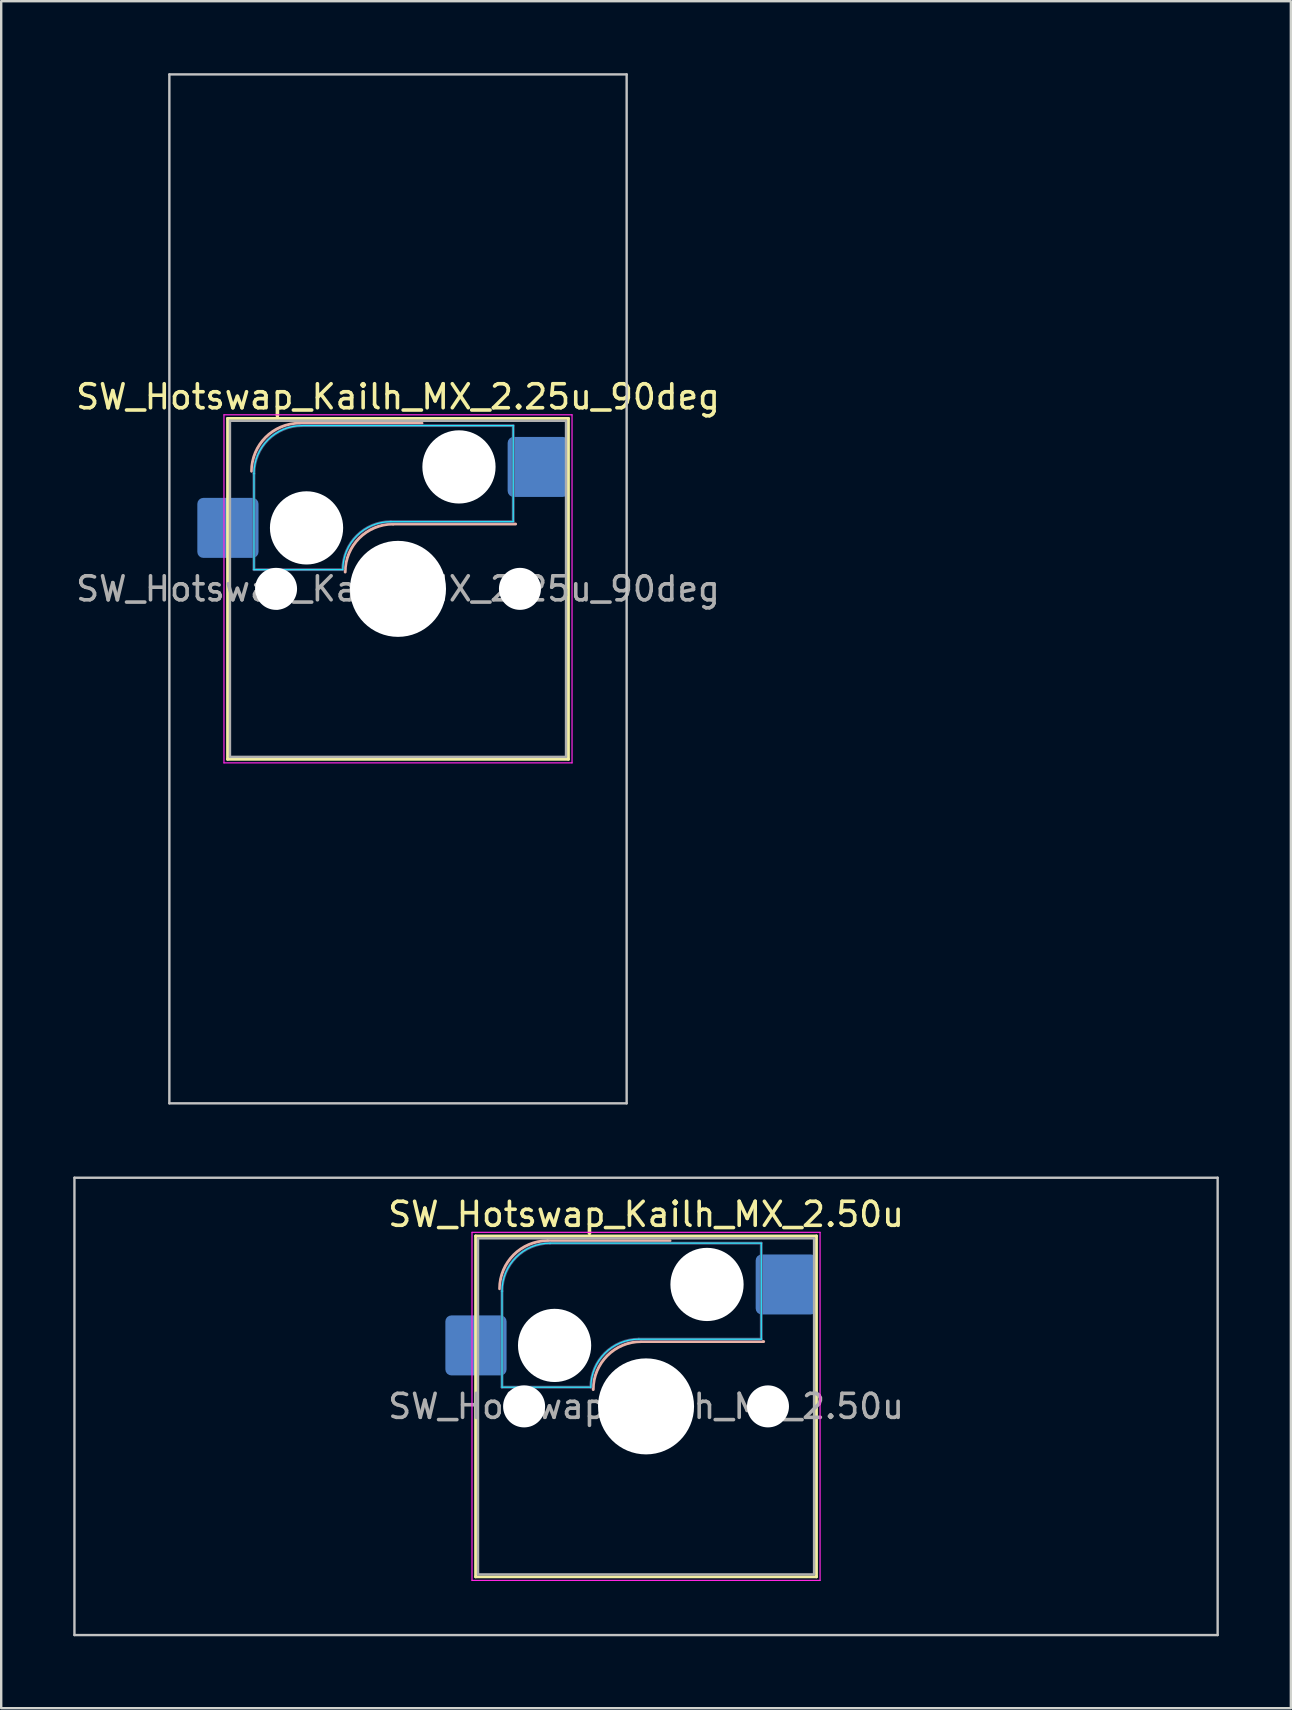
<source format=kicad_pcb>
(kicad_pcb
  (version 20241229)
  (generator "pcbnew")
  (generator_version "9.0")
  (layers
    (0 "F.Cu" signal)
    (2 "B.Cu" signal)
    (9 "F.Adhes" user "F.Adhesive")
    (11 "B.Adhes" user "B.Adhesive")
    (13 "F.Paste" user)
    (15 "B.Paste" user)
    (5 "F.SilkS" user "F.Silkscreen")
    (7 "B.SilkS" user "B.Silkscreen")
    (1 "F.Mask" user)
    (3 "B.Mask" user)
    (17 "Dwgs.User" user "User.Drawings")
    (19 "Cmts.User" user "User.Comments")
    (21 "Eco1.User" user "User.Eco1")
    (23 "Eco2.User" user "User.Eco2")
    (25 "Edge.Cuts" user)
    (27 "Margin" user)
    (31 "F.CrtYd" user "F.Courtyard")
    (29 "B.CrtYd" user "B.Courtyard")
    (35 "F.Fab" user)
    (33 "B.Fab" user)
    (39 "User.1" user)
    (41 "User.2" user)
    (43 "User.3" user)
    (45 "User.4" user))
  (footprint "SW_Hotswap_Kailh_MX_2.50u"
    (layer "F.Cu")
    (at 23.863 55.538)
    (property "Reference" "SW_Hotswap_Kailh_MX_2.50u" (at 0 -8 0) (layer "F.SilkS") (effects (font (size 1 1) (thickness 0.15))))
    (attr smd)
    (fp_line (start -7.1 -7.1) (end -7.1 7.1) (stroke (width 0.12) (type solid)) (layer "F.SilkS"))
    (fp_line (start -7.1 7.1) (end 7.1 7.1) (stroke (width 0.12) (type solid)) (layer "F.SilkS"))
    (fp_line (start 7.1 -7.1) (end -7.1 -7.1) (stroke (width 0.12) (type solid)) (layer "F.SilkS"))
    (fp_line (start 7.1 7.1) (end 7.1 -7.1) (stroke (width 0.12) (type solid)) (layer "F.SilkS"))
    (fp_line (start -4.1 -6.9) (end 1 -6.9) (stroke (width 0.12) (type solid)) (layer "B.SilkS"))
    (fp_line (start -0.2 -2.7) (end 4.9 -2.7) (stroke (width 0.12) (type solid)) (layer "B.SilkS"))
    (fp_arc (start -6.1 -4.9) (mid -5.514214 -6.314214) (end -4.1 -6.9) (stroke (width 0.12) (type solid)) (layer "B.SilkS"))
    (fp_arc (start -2.2 -0.7) (mid -1.614214 -2.114214) (end -0.2 -2.7) (stroke (width 0.12) (type solid)) (layer "B.SilkS"))
    (fp_line (start -23.812 -9.525) (end -23.812 9.525) (stroke (width 0.1) (type solid)) (layer "Dwgs.User"))
    (fp_line (start -23.812 9.525) (end 23.812 9.525) (stroke (width 0.1) (type solid)) (layer "Dwgs.User"))
    (fp_line (start 23.812 -9.525) (end -23.812 -9.525) (stroke (width 0.1) (type solid)) (layer "Dwgs.User"))
    (fp_line (start 23.812 9.525) (end 23.812 -9.525) (stroke (width 0.1) (type solid)) (layer "Dwgs.User"))
    (fp_line (start -7.8 -6) (end -7 -6) (stroke (width 0.1) (type solid)) (layer "Eco1.User"))
    (fp_line (start -7.8 -2.9) (end -7.8 -6) (stroke (width 0.1) (type solid)) (layer "Eco1.User"))
    (fp_line (start -7.8 2.9) (end -7 2.9) (stroke (width 0.1) (type solid)) (layer "Eco1.User"))
    (fp_line (start -7.8 6) (end -7.8 2.9) (stroke (width 0.1) (type solid)) (layer "Eco1.User"))
    (fp_line (start -7 -7) (end 7 -7) (stroke (width 0.1) (type solid)) (layer "Eco1.User"))
    (fp_line (start -7 -6) (end -7 -7) (stroke (width 0.1) (type solid)) (layer "Eco1.User"))
    (fp_line (start -7 -2.9) (end -7.8 -2.9) (stroke (width 0.1) (type solid)) (layer "Eco1.User"))
    (fp_line (start -7 2.9) (end -7 -2.9) (stroke (width 0.1) (type solid)) (layer "Eco1.User"))
    (fp_line (start -7 6) (end -7.8 6) (stroke (width 0.1) (type solid)) (layer "Eco1.User"))
    (fp_line (start -7 7) (end -7 6) (stroke (width 0.1) (type solid)) (layer "Eco1.User"))
    (fp_line (start 7 -7) (end 7 -6) (stroke (width 0.1) (type solid)) (layer "Eco1.User"))
    (fp_line (start 7 -6) (end 7.8 -6) (stroke (width 0.1) (type solid)) (layer "Eco1.User"))
    (fp_line (start 7 -2.9) (end 7 2.9) (stroke (width 0.1) (type solid)) (layer "Eco1.User"))
    (fp_line (start 7 2.9) (end 7.8 2.9) (stroke (width 0.1) (type solid)) (layer "Eco1.User"))
    (fp_line (start 7 6) (end 7 7) (stroke (width 0.1) (type solid)) (layer "Eco1.User"))
    (fp_line (start 7 7) (end -7 7) (stroke (width 0.1) (type solid)) (layer "Eco1.User"))
    (fp_line (start 7.8 -6) (end 7.8 -2.9) (stroke (width 0.1) (type solid)) (layer "Eco1.User"))
    (fp_line (start 7.8 -2.9) (end 7 -2.9) (stroke (width 0.1) (type solid)) (layer "Eco1.User"))
    (fp_line (start 7.8 2.9) (end 7.8 6) (stroke (width 0.1) (type solid)) (layer "Eco1.User"))
    (fp_line (start 7.8 6) (end 7 6) (stroke (width 0.1) (type solid)) (layer "Eco1.User"))
    (fp_line (start -6 -0.8) (end -6 -4.8) (stroke (width 0.05) (type solid)) (layer "B.CrtYd"))
    (fp_line (start -6 -0.8) (end -2.3 -0.8) (stroke (width 0.05) (type solid)) (layer "B.CrtYd"))
    (fp_line (start -4 -6.8) (end 4.8 -6.8) (stroke (width 0.05) (type solid)) (layer "B.CrtYd"))
    (fp_line (start -0.3 -2.8) (end 4.8 -2.8) (stroke (width 0.05) (type solid)) (layer "B.CrtYd"))
    (fp_line (start 4.8 -6.8) (end 4.8 -2.8) (stroke (width 0.05) (type solid)) (layer "B.CrtYd"))
    (fp_arc (start -6 -4.8) (mid -5.414214 -6.214214) (end -4 -6.8) (stroke (width 0.05) (type solid)) (layer "B.CrtYd"))
    (fp_arc (start -2.3 -0.8) (mid -1.714214 -2.214214) (end -0.3 -2.8) (stroke (width 0.05) (type solid)) (layer "B.CrtYd"))
    (fp_line (start -7.25 -7.25) (end -7.25 7.25) (stroke (width 0.05) (type solid)) (layer "F.CrtYd"))
    (fp_line (start -7.25 7.25) (end 7.25 7.25) (stroke (width 0.05) (type solid)) (layer "F.CrtYd"))
    (fp_line (start 7.25 -7.25) (end -7.25 -7.25) (stroke (width 0.05) (type solid)) (layer "F.CrtYd"))
    (fp_line (start 7.25 7.25) (end 7.25 -7.25) (stroke (width 0.05) (type solid)) (layer "F.CrtYd"))
    (fp_line (start -6 -0.8) (end -6 -4.8) (stroke (width 0.12) (type solid)) (layer "B.Fab"))
    (fp_line (start -6 -0.8) (end -2.3 -0.8) (stroke (width 0.12) (type solid)) (layer "B.Fab"))
    (fp_line (start -4 -6.8) (end 4.8 -6.8) (stroke (width 0.12) (type solid)) (layer "B.Fab"))
    (fp_line (start -0.3 -2.8) (end 4.8 -2.8) (stroke (width 0.12) (type solid)) (layer "B.Fab"))
    (fp_line (start 4.8 -6.8) (end 4.8 -2.8) (stroke (width 0.12) (type solid)) (layer "B.Fab"))
    (fp_arc (start -6 -4.8) (mid -5.414214 -6.214214) (end -4 -6.8) (stroke (width 0.12) (type solid)) (layer "B.Fab"))
    (fp_arc (start -2.3 -0.8) (mid -1.714214 -2.214214) (end -0.3 -2.8) (stroke (width 0.12) (type solid)) (layer "B.Fab"))
    (fp_line (start -7 -7) (end -7 7) (stroke (width 0.1) (type solid)) (layer "F.Fab"))
    (fp_line (start -7 7) (end 7 7) (stroke (width 0.1) (type solid)) (layer "F.Fab"))
    (fp_line (start 7 -7) (end -7 -7) (stroke (width 0.1) (type solid)) (layer "F.Fab"))
    (fp_line (start 7 7) (end 7 -7) (stroke (width 0.1) (type solid)) (layer "F.Fab"))
    (fp_text user "${REFERENCE}" (at 0 0 0) (layer "F.Fab") (effects (font (size 1 1) (thickness 0.15))))
    (pad "" np_thru_hole circle (at -5.08 0) (size 1.75 1.75) (drill 1.75) (layers "*.Cu" "*.Mask"))
    (pad "" np_thru_hole circle (at -3.81 -2.54) (size 3.05 3.05) (drill 3.05) (layers "*.Cu" "*.Mask"))
    (pad "" np_thru_hole circle (at 0 0) (size 4 4) (drill 4) (layers "*.Cu" "*.Mask"))
    (pad "" np_thru_hole circle (at 2.54 -5.08) (size 3.05 3.05) (drill 3.05) (layers "*.Cu" "*.Mask"))
    (pad "" np_thru_hole circle (at 5.08 0) (size 1.75 1.75) (drill 1.75) (layers "*.Cu" "*.Mask"))
    (pad "1" smd roundrect (at -7.085 -2.54) (size 2.55 2.5) (layers "B.Cu" "B.Mask" "B.Paste") (roundrect_rratio 0.1))
    (pad "2" smd roundrect (at 5.842 -5.08) (size 2.55 2.5) (layers "B.Cu" "B.Mask" "B.Paste") (roundrect_rratio 0.1)))
  (footprint "SW_Hotswap_Kailh_MX_2.25u_90deg"
    (layer "F.Cu")
    (at 13.53 21.481)
    (property "Reference" "SW_Hotswap_Kailh_MX_2.25u_90deg" (at 0 -8 0) (layer "F.SilkS") (effects (font (size 1 1) (thickness 0.15))))
    (attr smd)
    (fp_line (start -7.1 -7.1) (end -7.1 7.1) (stroke (width 0.12) (type solid)) (layer "F.SilkS"))
    (fp_line (start -7.1 7.1) (end 7.1 7.1) (stroke (width 0.12) (type solid)) (layer "F.SilkS"))
    (fp_line (start 7.1 -7.1) (end -7.1 -7.1) (stroke (width 0.12) (type solid)) (layer "F.SilkS"))
    (fp_line (start 7.1 7.1) (end 7.1 -7.1) (stroke (width 0.12) (type solid)) (layer "F.SilkS"))
    (fp_line (start -4.1 -6.9) (end 1 -6.9) (stroke (width 0.12) (type solid)) (layer "B.SilkS"))
    (fp_line (start -0.2 -2.7) (end 4.9 -2.7) (stroke (width 0.12) (type solid)) (layer "B.SilkS"))
    (fp_arc (start -6.1 -4.9) (mid -5.514214 -6.314214) (end -4.1 -6.9) (stroke (width 0.12) (type solid)) (layer "B.SilkS"))
    (fp_arc (start -2.2 -0.7) (mid -1.614214 -2.114214) (end -0.2 -2.7) (stroke (width 0.12) (type solid)) (layer "B.SilkS"))
    (fp_line (start -9.525 -21.431) (end 9.525 -21.431) (stroke (width 0.1) (type solid)) (layer "Dwgs.User"))
    (fp_line (start -9.525 21.431) (end -9.525 -21.431) (stroke (width 0.1) (type solid)) (layer "Dwgs.User"))
    (fp_line (start 9.525 -21.431) (end 9.525 21.431) (stroke (width 0.1) (type solid)) (layer "Dwgs.User"))
    (fp_line (start 9.525 21.431) (end -9.525 21.431) (stroke (width 0.1) (type solid)) (layer "Dwgs.User"))
    (fp_line (start -7.8 -6) (end -7 -6) (stroke (width 0.1) (type solid)) (layer "Eco1.User"))
    (fp_line (start -7.8 -2.9) (end -7.8 -6) (stroke (width 0.1) (type solid)) (layer "Eco1.User"))
    (fp_line (start -7.8 2.9) (end -7 2.9) (stroke (width 0.1) (type solid)) (layer "Eco1.User"))
    (fp_line (start -7.8 6) (end -7.8 2.9) (stroke (width 0.1) (type solid)) (layer "Eco1.User"))
    (fp_line (start -7 -7) (end 7 -7) (stroke (width 0.1) (type solid)) (layer "Eco1.User"))
    (fp_line (start -7 -6) (end -7 -7) (stroke (width 0.1) (type solid)) (layer "Eco1.User"))
    (fp_line (start -7 -2.9) (end -7.8 -2.9) (stroke (width 0.1) (type solid)) (layer "Eco1.User"))
    (fp_line (start -7 2.9) (end -7 -2.9) (stroke (width 0.1) (type solid)) (layer "Eco1.User"))
    (fp_line (start -7 6) (end -7.8 6) (stroke (width 0.1) (type solid)) (layer "Eco1.User"))
    (fp_line (start -7 7) (end -7 6) (stroke (width 0.1) (type solid)) (layer "Eco1.User"))
    (fp_line (start 7 -7) (end 7 -6) (stroke (width 0.1) (type solid)) (layer "Eco1.User"))
    (fp_line (start 7 -6) (end 7.8 -6) (stroke (width 0.1) (type solid)) (layer "Eco1.User"))
    (fp_line (start 7 -2.9) (end 7 2.9) (stroke (width 0.1) (type solid)) (layer "Eco1.User"))
    (fp_line (start 7 2.9) (end 7.8 2.9) (stroke (width 0.1) (type solid)) (layer "Eco1.User"))
    (fp_line (start 7 6) (end 7 7) (stroke (width 0.1) (type solid)) (layer "Eco1.User"))
    (fp_line (start 7 7) (end -7 7) (stroke (width 0.1) (type solid)) (layer "Eco1.User"))
    (fp_line (start 7.8 -6) (end 7.8 -2.9) (stroke (width 0.1) (type solid)) (layer "Eco1.User"))
    (fp_line (start 7.8 -2.9) (end 7 -2.9) (stroke (width 0.1) (type solid)) (layer "Eco1.User"))
    (fp_line (start 7.8 2.9) (end 7.8 6) (stroke (width 0.1) (type solid)) (layer "Eco1.User"))
    (fp_line (start 7.8 6) (end 7 6) (stroke (width 0.1) (type solid)) (layer "Eco1.User"))
    (fp_line (start -6 -0.8) (end -6 -4.8) (stroke (width 0.05) (type solid)) (layer "B.CrtYd"))
    (fp_line (start -6 -0.8) (end -2.3 -0.8) (stroke (width 0.05) (type solid)) (layer "B.CrtYd"))
    (fp_line (start -4 -6.8) (end 4.8 -6.8) (stroke (width 0.05) (type solid)) (layer "B.CrtYd"))
    (fp_line (start -0.3 -2.8) (end 4.8 -2.8) (stroke (width 0.05) (type solid)) (layer "B.CrtYd"))
    (fp_line (start 4.8 -6.8) (end 4.8 -2.8) (stroke (width 0.05) (type solid)) (layer "B.CrtYd"))
    (fp_arc (start -6 -4.8) (mid -5.414214 -6.214214) (end -4 -6.8) (stroke (width 0.05) (type solid)) (layer "B.CrtYd"))
    (fp_arc (start -2.3 -0.8) (mid -1.714214 -2.214214) (end -0.3 -2.8) (stroke (width 0.05) (type solid)) (layer "B.CrtYd"))
    (fp_line (start -7.25 -7.25) (end -7.25 7.25) (stroke (width 0.05) (type solid)) (layer "F.CrtYd"))
    (fp_line (start -7.25 7.25) (end 7.25 7.25) (stroke (width 0.05) (type solid)) (layer "F.CrtYd"))
    (fp_line (start 7.25 -7.25) (end -7.25 -7.25) (stroke (width 0.05) (type solid)) (layer "F.CrtYd"))
    (fp_line (start 7.25 7.25) (end 7.25 -7.25) (stroke (width 0.05) (type solid)) (layer "F.CrtYd"))
    (fp_line (start -6 -0.8) (end -6 -4.8) (stroke (width 0.12) (type solid)) (layer "B.Fab"))
    (fp_line (start -6 -0.8) (end -2.3 -0.8) (stroke (width 0.12) (type solid)) (layer "B.Fab"))
    (fp_line (start -4 -6.8) (end 4.8 -6.8) (stroke (width 0.12) (type solid)) (layer "B.Fab"))
    (fp_line (start -0.3 -2.8) (end 4.8 -2.8) (stroke (width 0.12) (type solid)) (layer "B.Fab"))
    (fp_line (start 4.8 -6.8) (end 4.8 -2.8) (stroke (width 0.12) (type solid)) (layer "B.Fab"))
    (fp_arc (start -6 -4.8) (mid -5.414214 -6.214214) (end -4 -6.8) (stroke (width 0.12) (type solid)) (layer "B.Fab"))
    (fp_arc (start -2.3 -0.8) (mid -1.714214 -2.214214) (end -0.3 -2.8) (stroke (width 0.12) (type solid)) (layer "B.Fab"))
    (fp_line (start -7 -7) (end -7 7) (stroke (width 0.1) (type solid)) (layer "F.Fab"))
    (fp_line (start -7 7) (end 7 7) (stroke (width 0.1) (type solid)) (layer "F.Fab"))
    (fp_line (start 7 -7) (end -7 -7) (stroke (width 0.1) (type solid)) (layer "F.Fab"))
    (fp_line (start 7 7) (end 7 -7) (stroke (width 0.1) (type solid)) (layer "F.Fab"))
    (fp_text user "${REFERENCE}" (at 0 0 0) (layer "F.Fab") (effects (font (size 1 1) (thickness 0.15))))
    (pad "" np_thru_hole circle (at -5.08 0) (size 1.75 1.75) (drill 1.75) (layers "*.Cu" "*.Mask"))
    (pad "" np_thru_hole circle (at -3.81 -2.54) (size 3.05 3.05) (drill 3.05) (layers "*.Cu" "*.Mask"))
    (pad "" np_thru_hole circle (at 0 0) (size 4 4) (drill 4) (layers "*.Cu" "*.Mask"))
    (pad "" np_thru_hole circle (at 2.54 -5.08) (size 3.05 3.05) (drill 3.05) (layers "*.Cu" "*.Mask"))
    (pad "" np_thru_hole circle (at 5.08 0) (size 1.75 1.75) (drill 1.75) (layers "*.Cu" "*.Mask"))
    (pad "1" smd roundrect (at -7.085 -2.54) (size 2.55 2.5) (layers "B.Cu" "B.Mask" "B.Paste") (roundrect_rratio 0.1))
    (pad "2" smd roundrect (at 5.842 -5.08) (size 2.55 2.5) (layers "B.Cu" "B.Mask" "B.Paste") (roundrect_rratio 0.1)))
  (gr_rect
    (start -3 -3)
    (end 50.725 68.112)
    (stroke (width 0.1) (type default))
    (fill no)
    (layer "Edge.Cuts")))
</source>
